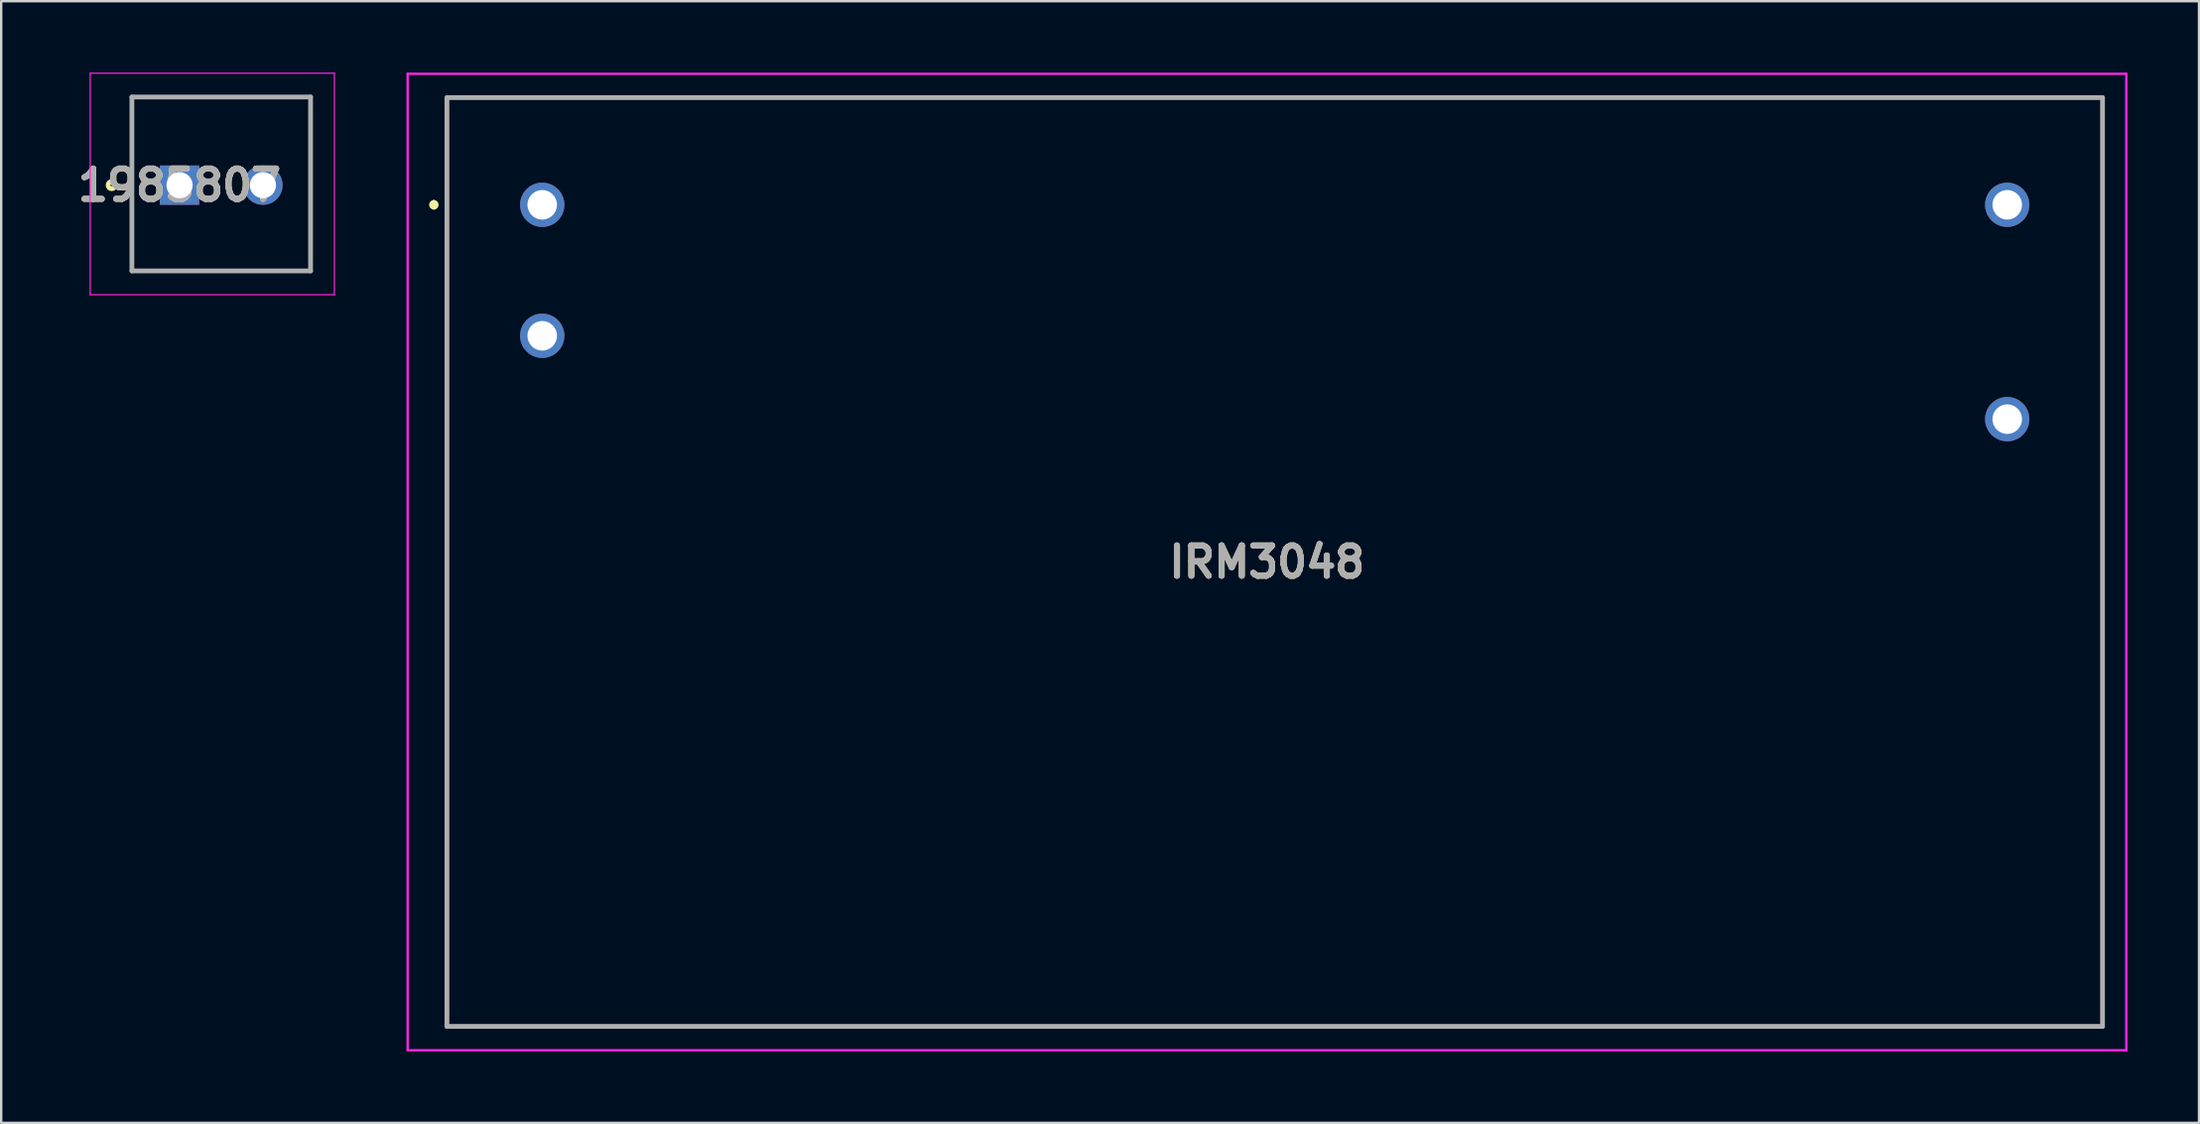
<source format=kicad_pcb>
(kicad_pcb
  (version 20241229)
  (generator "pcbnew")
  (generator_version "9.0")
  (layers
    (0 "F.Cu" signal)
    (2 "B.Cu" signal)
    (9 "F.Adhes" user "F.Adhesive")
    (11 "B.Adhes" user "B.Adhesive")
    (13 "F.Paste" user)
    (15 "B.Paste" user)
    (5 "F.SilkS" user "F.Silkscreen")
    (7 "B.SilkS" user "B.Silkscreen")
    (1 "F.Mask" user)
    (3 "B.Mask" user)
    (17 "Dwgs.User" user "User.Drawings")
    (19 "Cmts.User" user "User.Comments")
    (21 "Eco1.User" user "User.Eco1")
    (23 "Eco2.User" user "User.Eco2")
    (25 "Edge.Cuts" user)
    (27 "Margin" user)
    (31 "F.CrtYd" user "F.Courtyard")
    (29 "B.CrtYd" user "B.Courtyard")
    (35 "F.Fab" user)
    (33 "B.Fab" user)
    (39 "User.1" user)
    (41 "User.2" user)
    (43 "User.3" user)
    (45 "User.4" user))
  (footprint "1985807"
    (layer "F.Cu")
    (at 4.487 4.725)
    (property "Reference" "1985807" (at 0 0 0) (layer "F.SilkS") (effects (font (size 1.27 1.27) (thickness 0.254))))
    (attr through_hole)
    (fp_line (start -2 -3.7) (end 5.5 -3.7) (stroke (width 0.1) (type solid)) (layer "F.SilkS"))
    (fp_line (start -2 3.6) (end -2 -3.7) (stroke (width 0.1) (type solid)) (layer "F.SilkS"))
    (fp_line (start 5.5 -3.7) (end 5.5 3.6) (stroke (width 0.1) (type solid)) (layer "F.SilkS"))
    (fp_line (start 5.5 3.6) (end -2 3.6) (stroke (width 0.1) (type solid)) (layer "F.SilkS"))
    (fp_circle (center -2.85 0) (end -2.85 0.05) (stroke (width 0.2) (type solid)) (fill no) (layer "F.SilkS"))
    (fp_line (start -3.75 -4.7) (end 6.5 -4.7) (stroke (width 0.05) (type solid)) (layer "F.CrtYd"))
    (fp_line (start -3.75 4.6) (end -3.75 -4.7) (stroke (width 0.05) (type solid)) (layer "F.CrtYd"))
    (fp_line (start 6.5 -4.7) (end 6.5 4.6) (stroke (width 0.05) (type solid)) (layer "F.CrtYd"))
    (fp_line (start 6.5 4.6) (end -3.75 4.6) (stroke (width 0.05) (type solid)) (layer "F.CrtYd"))
    (fp_line (start -2 -3.7) (end 5.5 -3.7) (stroke (width 0.2) (type solid)) (layer "F.Fab"))
    (fp_line (start -2 3.6) (end -2 -3.7) (stroke (width 0.2) (type solid)) (layer "F.Fab"))
    (fp_line (start 5.5 -3.7) (end 5.5 3.6) (stroke (width 0.2) (type solid)) (layer "F.Fab"))
    (fp_line (start 5.5 3.6) (end -2 3.6) (stroke (width 0.2) (type solid)) (layer "F.Fab"))
    (fp_text user "${REFERENCE}" (at 0 0 0) (layer "F.Fab") (effects (font (size 1.27 1.27) (thickness 0.254))))
    (pad "1" thru_hole rect (at 0 0) (size 1.65 1.65) (drill 1.1) (layers "*.Cu" "*.Mask"))
    (pad "2" thru_hole circle (at 3.5 0) (size 1.65 1.65) (drill 1.1) (layers "*.Cu" "*.Mask")))
  (footprint "IRM3048"
    (layer "F.Cu")
    (at 50.137 20.55)
    (property "Reference" "IRM3048" (at 0 0 0) (layer "F.SilkS") (effects (font (size 1.27 1.27) (thickness 0.254))))
    (attr through_hole)
    (fp_line (start -34.975 -15.1) (end -34.975 -15.1) (stroke (width 0.2) (type solid)) (layer "F.SilkS"))
    (fp_line (start -34.975 -14.9) (end -34.975 -14.9) (stroke (width 0.2) (type solid)) (layer "F.SilkS"))
    (fp_line (start -34.425 -19.5) (end 35.075 -19.5) (stroke (width 0.1) (type solid)) (layer "F.SilkS"))
    (fp_line (start -34.425 19.5) (end -34.425 -19.5) (stroke (width 0.1) (type solid)) (layer "F.SilkS"))
    (fp_line (start 35.075 -19.5) (end 35.075 19.5) (stroke (width 0.1) (type solid)) (layer "F.SilkS"))
    (fp_line (start 35.075 19.5) (end -34.425 19.5) (stroke (width 0.1) (type solid)) (layer "F.SilkS"))
    (fp_arc (start -34.975 -15.1) (mid -34.875 -15) (end -34.975 -14.9) (stroke (width 0.2) (type solid)) (layer "F.SilkS"))
    (fp_arc (start -34.975 -14.9) (mid -35.075 -15) (end -34.975 -15.1) (stroke (width 0.2) (type solid)) (layer "F.SilkS"))
    (fp_line (start -36.075 -20.5) (end 36.075 -20.5) (stroke (width 0.1) (type solid)) (layer "F.CrtYd"))
    (fp_line (start -36.075 20.5) (end -36.075 -20.5) (stroke (width 0.1) (type solid)) (layer "F.CrtYd"))
    (fp_line (start 36.075 -20.5) (end 36.075 20.5) (stroke (width 0.1) (type solid)) (layer "F.CrtYd"))
    (fp_line (start 36.075 20.5) (end -36.075 20.5) (stroke (width 0.1) (type solid)) (layer "F.CrtYd"))
    (fp_line (start -34.425 -19.5) (end 35.075 -19.5) (stroke (width 0.2) (type solid)) (layer "F.Fab"))
    (fp_line (start -34.425 19.5) (end -34.425 -19.5) (stroke (width 0.2) (type solid)) (layer "F.Fab"))
    (fp_line (start 35.075 -19.5) (end 35.075 19.5) (stroke (width 0.2) (type solid)) (layer "F.Fab"))
    (fp_line (start 35.075 19.5) (end -34.425 19.5) (stroke (width 0.2) (type solid)) (layer "F.Fab"))
    (fp_text user "${REFERENCE}" (at 0 0 0) (layer "F.Fab") (effects (font (size 1.27 1.27) (thickness 0.254))))
    (pad "1" thru_hole circle (at -30.425 -15) (size 1.86 1.86) (drill 1.24) (layers "*.Cu" "*.Mask"))
    (pad "2" thru_hole circle (at -30.425 -9.5) (size 1.86 1.86) (drill 1.24) (layers "*.Cu" "*.Mask"))
    (pad "3" thru_hole circle (at 31.075 -6) (size 1.86 1.86) (drill 1.24) (layers "*.Cu" "*.Mask"))
    (pad "4" thru_hole circle (at 31.075 -15) (size 1.86 1.86) (drill 1.24) (layers "*.Cu" "*.Mask")))
  (gr_rect
    (start -3 -3)
    (end 89.262 44.1)
    (stroke (width 0.1) (type default))
    (fill no)
    (layer "Edge.Cuts")))
</source>
